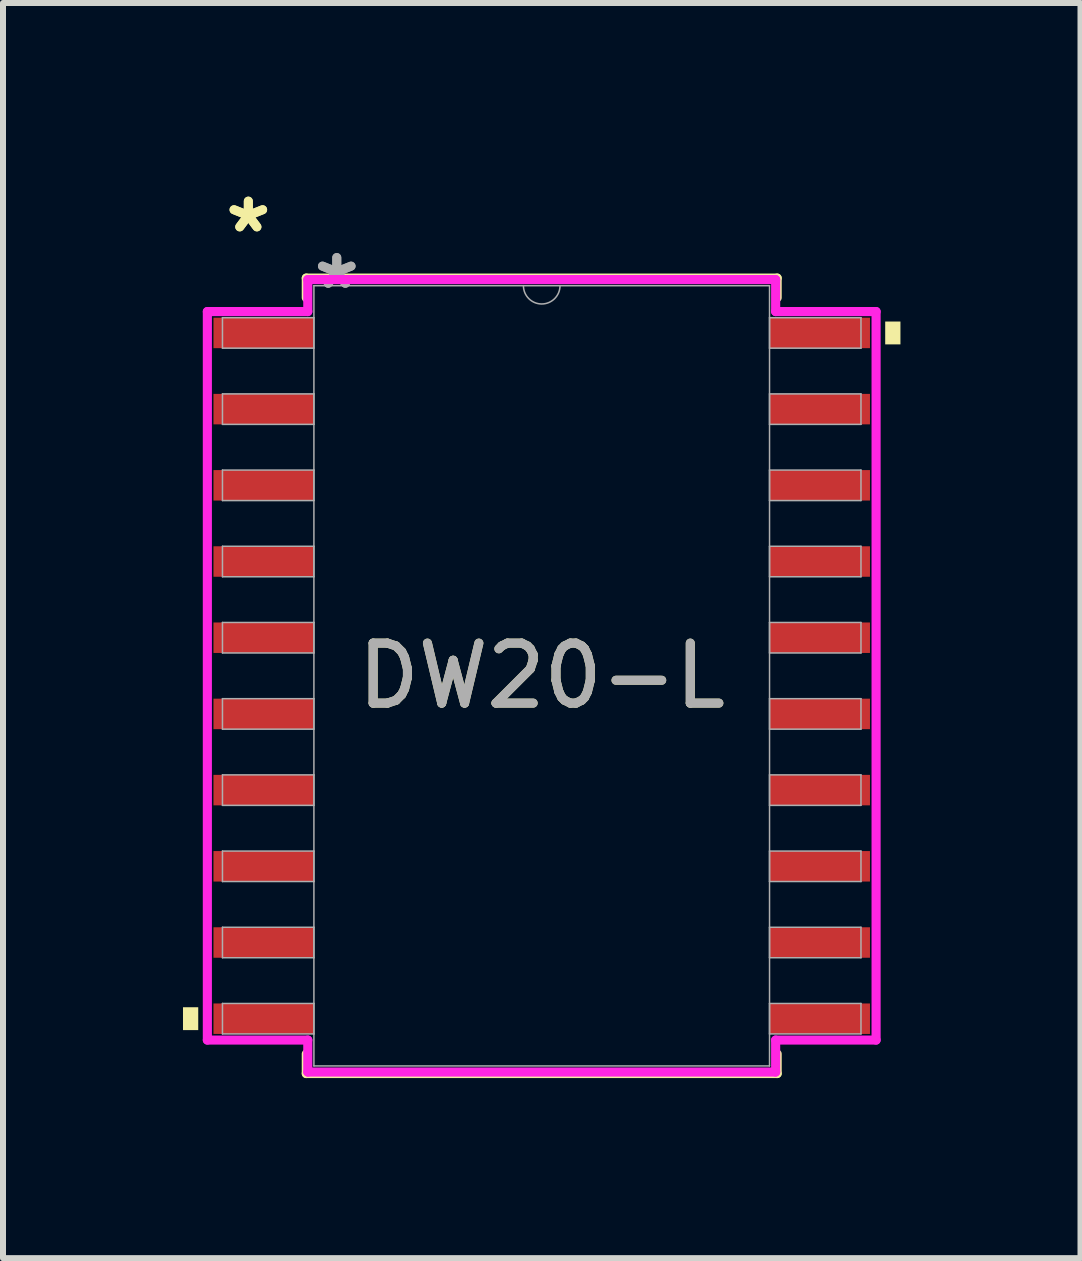
<source format=kicad_pcb>
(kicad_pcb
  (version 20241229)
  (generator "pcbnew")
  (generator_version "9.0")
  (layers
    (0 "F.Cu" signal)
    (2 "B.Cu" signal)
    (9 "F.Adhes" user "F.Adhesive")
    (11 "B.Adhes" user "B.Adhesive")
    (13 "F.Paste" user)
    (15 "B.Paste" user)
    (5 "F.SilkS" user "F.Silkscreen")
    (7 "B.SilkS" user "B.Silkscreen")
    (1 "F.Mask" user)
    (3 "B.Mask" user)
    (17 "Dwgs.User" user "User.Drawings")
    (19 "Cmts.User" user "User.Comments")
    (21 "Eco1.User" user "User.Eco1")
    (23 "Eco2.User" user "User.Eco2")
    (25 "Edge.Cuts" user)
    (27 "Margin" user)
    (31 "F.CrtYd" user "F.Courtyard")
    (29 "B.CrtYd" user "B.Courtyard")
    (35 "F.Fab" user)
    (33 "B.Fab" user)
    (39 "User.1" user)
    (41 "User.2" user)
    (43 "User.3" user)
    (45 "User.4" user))
  (footprint "DW20-L"
    (layer "F.Cu")
    (at 5.979 8.214)
    (property "Reference" "DW20-L" (at 0 0 0) (unlocked yes) (layer "F.SilkS") (effects (font (size 1 1) (thickness 0.15))))
    (attr smd)
    (fp_line (start -3.924 -6.629) (end -3.924 -6.302) (stroke (width 0.152) (type solid)) (layer "F.SilkS"))
    (fp_line (start -3.924 6.302) (end -3.924 6.629) (stroke (width 0.152) (type solid)) (layer "F.SilkS"))
    (fp_line (start -3.924 6.629) (end 3.924 6.629) (stroke (width 0.152) (type solid)) (layer "F.SilkS"))
    (fp_line (start 3.924 -6.629) (end -3.924 -6.629) (stroke (width 0.152) (type solid)) (layer "F.SilkS"))
    (fp_line (start 3.924 -6.302) (end 3.924 -6.629) (stroke (width 0.152) (type solid)) (layer "F.SilkS"))
    (fp_line (start 3.924 6.629) (end 3.924 6.302) (stroke (width 0.152) (type solid)) (layer "F.SilkS"))
    (fp_poly (pts (xy -5.979 5.524) (xy -5.979 5.905) (xy -5.725 5.905) (xy -5.725 5.524)) (stroke (width 0) (type solid)) (fill yes) (layer "F.SilkS"))
    (fp_poly (pts (xy 5.979 -5.905) (xy 5.979 -5.524) (xy 5.725 -5.524) (xy 5.725 -5.905)) (stroke (width 0) (type solid)) (fill yes) (layer "F.SilkS"))
    (fp_line (start -5.573 -6.071) (end -3.899 -6.071) (stroke (width 0.152) (type solid)) (layer "F.CrtYd"))
    (fp_line (start -5.573 6.071) (end -5.573 -6.071) (stroke (width 0.152) (type solid)) (layer "F.CrtYd"))
    (fp_line (start -5.573 6.071) (end -3.899 6.071) (stroke (width 0.152) (type solid)) (layer "F.CrtYd"))
    (fp_line (start -3.899 -6.604) (end 3.899 -6.604) (stroke (width 0.152) (type solid)) (layer "F.CrtYd"))
    (fp_line (start -3.899 -6.071) (end -3.899 -6.604) (stroke (width 0.152) (type solid)) (layer "F.CrtYd"))
    (fp_line (start -3.899 6.604) (end -3.899 6.071) (stroke (width 0.152) (type solid)) (layer "F.CrtYd"))
    (fp_line (start 3.899 -6.604) (end 3.899 -6.071) (stroke (width 0.152) (type solid)) (layer "F.CrtYd"))
    (fp_line (start 3.899 6.071) (end 3.899 6.604) (stroke (width 0.152) (type solid)) (layer "F.CrtYd"))
    (fp_line (start 3.899 6.604) (end -3.899 6.604) (stroke (width 0.152) (type solid)) (layer "F.CrtYd"))
    (fp_line (start 5.573 -6.071) (end 3.899 -6.071) (stroke (width 0.152) (type solid)) (layer "F.CrtYd"))
    (fp_line (start 5.573 -6.071) (end 5.573 6.071) (stroke (width 0.152) (type solid)) (layer "F.CrtYd"))
    (fp_line (start 5.573 6.071) (end 3.899 6.071) (stroke (width 0.152) (type solid)) (layer "F.CrtYd"))
    (fp_line (start -5.321 -5.969) (end -5.321 -5.461) (stroke (width 0.025) (type solid)) (layer "F.Fab"))
    (fp_line (start -5.321 -5.461) (end -3.797 -5.461) (stroke (width 0.025) (type solid)) (layer "F.Fab"))
    (fp_line (start -5.321 -4.699) (end -5.321 -4.191) (stroke (width 0.025) (type solid)) (layer "F.Fab"))
    (fp_line (start -5.321 -4.191) (end -3.797 -4.191) (stroke (width 0.025) (type solid)) (layer "F.Fab"))
    (fp_line (start -5.321 -3.429) (end -5.321 -2.921) (stroke (width 0.025) (type solid)) (layer "F.Fab"))
    (fp_line (start -5.321 -2.921) (end -3.797 -2.921) (stroke (width 0.025) (type solid)) (layer "F.Fab"))
    (fp_line (start -5.321 -2.159) (end -5.321 -1.651) (stroke (width 0.025) (type solid)) (layer "F.Fab"))
    (fp_line (start -5.321 -1.651) (end -3.797 -1.651) (stroke (width 0.025) (type solid)) (layer "F.Fab"))
    (fp_line (start -5.321 -0.889) (end -5.321 -0.381) (stroke (width 0.025) (type solid)) (layer "F.Fab"))
    (fp_line (start -5.321 -0.381) (end -3.797 -0.381) (stroke (width 0.025) (type solid)) (layer "F.Fab"))
    (fp_line (start -5.321 0.381) (end -5.321 0.889) (stroke (width 0.025) (type solid)) (layer "F.Fab"))
    (fp_line (start -5.321 0.889) (end -3.797 0.889) (stroke (width 0.025) (type solid)) (layer "F.Fab"))
    (fp_line (start -5.321 1.651) (end -5.321 2.159) (stroke (width 0.025) (type solid)) (layer "F.Fab"))
    (fp_line (start -5.321 2.159) (end -3.797 2.159) (stroke (width 0.025) (type solid)) (layer "F.Fab"))
    (fp_line (start -5.321 2.921) (end -5.321 3.429) (stroke (width 0.025) (type solid)) (layer "F.Fab"))
    (fp_line (start -5.321 3.429) (end -3.797 3.429) (stroke (width 0.025) (type solid)) (layer "F.Fab"))
    (fp_line (start -5.321 4.191) (end -5.321 4.699) (stroke (width 0.025) (type solid)) (layer "F.Fab"))
    (fp_line (start -5.321 4.699) (end -3.797 4.699) (stroke (width 0.025) (type solid)) (layer "F.Fab"))
    (fp_line (start -5.321 5.461) (end -5.321 5.969) (stroke (width 0.025) (type solid)) (layer "F.Fab"))
    (fp_line (start -5.321 5.969) (end -3.797 5.969) (stroke (width 0.025) (type solid)) (layer "F.Fab"))
    (fp_line (start -3.797 -6.502) (end -3.797 6.502) (stroke (width 0.025) (type solid)) (layer "F.Fab"))
    (fp_line (start -3.797 -5.969) (end -5.321 -5.969) (stroke (width 0.025) (type solid)) (layer "F.Fab"))
    (fp_line (start -3.797 -5.461) (end -3.797 -5.969) (stroke (width 0.025) (type solid)) (layer "F.Fab"))
    (fp_line (start -3.797 -4.699) (end -5.321 -4.699) (stroke (width 0.025) (type solid)) (layer "F.Fab"))
    (fp_line (start -3.797 -4.191) (end -3.797 -4.699) (stroke (width 0.025) (type solid)) (layer "F.Fab"))
    (fp_line (start -3.797 -3.429) (end -5.321 -3.429) (stroke (width 0.025) (type solid)) (layer "F.Fab"))
    (fp_line (start -3.797 -2.921) (end -3.797 -3.429) (stroke (width 0.025) (type solid)) (layer "F.Fab"))
    (fp_line (start -3.797 -2.159) (end -5.321 -2.159) (stroke (width 0.025) (type solid)) (layer "F.Fab"))
    (fp_line (start -3.797 -1.651) (end -3.797 -2.159) (stroke (width 0.025) (type solid)) (layer "F.Fab"))
    (fp_line (start -3.797 -0.889) (end -5.321 -0.889) (stroke (width 0.025) (type solid)) (layer "F.Fab"))
    (fp_line (start -3.797 -0.381) (end -3.797 -0.889) (stroke (width 0.025) (type solid)) (layer "F.Fab"))
    (fp_line (start -3.797 0.381) (end -5.321 0.381) (stroke (width 0.025) (type solid)) (layer "F.Fab"))
    (fp_line (start -3.797 0.889) (end -3.797 0.381) (stroke (width 0.025) (type solid)) (layer "F.Fab"))
    (fp_line (start -3.797 1.651) (end -5.321 1.651) (stroke (width 0.025) (type solid)) (layer "F.Fab"))
    (fp_line (start -3.797 2.159) (end -3.797 1.651) (stroke (width 0.025) (type solid)) (layer "F.Fab"))
    (fp_line (start -3.797 2.921) (end -5.321 2.921) (stroke (width 0.025) (type solid)) (layer "F.Fab"))
    (fp_line (start -3.797 3.429) (end -3.797 2.921) (stroke (width 0.025) (type solid)) (layer "F.Fab"))
    (fp_line (start -3.797 4.191) (end -5.321 4.191) (stroke (width 0.025) (type solid)) (layer "F.Fab"))
    (fp_line (start -3.797 4.699) (end -3.797 4.191) (stroke (width 0.025) (type solid)) (layer "F.Fab"))
    (fp_line (start -3.797 5.461) (end -5.321 5.461) (stroke (width 0.025) (type solid)) (layer "F.Fab"))
    (fp_line (start -3.797 5.969) (end -3.797 5.461) (stroke (width 0.025) (type solid)) (layer "F.Fab"))
    (fp_line (start -3.797 6.502) (end 3.797 6.502) (stroke (width 0.025) (type solid)) (layer "F.Fab"))
    (fp_line (start 3.797 -6.502) (end -3.797 -6.502) (stroke (width 0.025) (type solid)) (layer "F.Fab"))
    (fp_line (start 3.797 -5.969) (end 3.797 -5.461) (stroke (width 0.025) (type solid)) (layer "F.Fab"))
    (fp_line (start 3.797 -5.461) (end 5.321 -5.461) (stroke (width 0.025) (type solid)) (layer "F.Fab"))
    (fp_line (start 3.797 -4.699) (end 3.797 -4.191) (stroke (width 0.025) (type solid)) (layer "F.Fab"))
    (fp_line (start 3.797 -4.191) (end 5.321 -4.191) (stroke (width 0.025) (type solid)) (layer "F.Fab"))
    (fp_line (start 3.797 -3.429) (end 3.797 -2.921) (stroke (width 0.025) (type solid)) (layer "F.Fab"))
    (fp_line (start 3.797 -2.921) (end 5.321 -2.921) (stroke (width 0.025) (type solid)) (layer "F.Fab"))
    (fp_line (start 3.797 -2.159) (end 3.797 -1.651) (stroke (width 0.025) (type solid)) (layer "F.Fab"))
    (fp_line (start 3.797 -1.651) (end 5.321 -1.651) (stroke (width 0.025) (type solid)) (layer "F.Fab"))
    (fp_line (start 3.797 -0.889) (end 3.797 -0.381) (stroke (width 0.025) (type solid)) (layer "F.Fab"))
    (fp_line (start 3.797 -0.381) (end 5.321 -0.381) (stroke (width 0.025) (type solid)) (layer "F.Fab"))
    (fp_line (start 3.797 0.381) (end 3.797 0.889) (stroke (width 0.025) (type solid)) (layer "F.Fab"))
    (fp_line (start 3.797 0.889) (end 5.321 0.889) (stroke (width 0.025) (type solid)) (layer "F.Fab"))
    (fp_line (start 3.797 1.651) (end 3.797 2.159) (stroke (width 0.025) (type solid)) (layer "F.Fab"))
    (fp_line (start 3.797 2.159) (end 5.321 2.159) (stroke (width 0.025) (type solid)) (layer "F.Fab"))
    (fp_line (start 3.797 2.921) (end 3.797 3.429) (stroke (width 0.025) (type solid)) (layer "F.Fab"))
    (fp_line (start 3.797 3.429) (end 5.321 3.429) (stroke (width 0.025) (type solid)) (layer "F.Fab"))
    (fp_line (start 3.797 4.191) (end 3.797 4.699) (stroke (width 0.025) (type solid)) (layer "F.Fab"))
    (fp_line (start 3.797 4.699) (end 5.321 4.699) (stroke (width 0.025) (type solid)) (layer "F.Fab"))
    (fp_line (start 3.797 5.461) (end 3.797 5.969) (stroke (width 0.025) (type solid)) (layer "F.Fab"))
    (fp_line (start 3.797 5.969) (end 5.321 5.969) (stroke (width 0.025) (type solid)) (layer "F.Fab"))
    (fp_line (start 3.797 6.502) (end 3.797 -6.502) (stroke (width 0.025) (type solid)) (layer "F.Fab"))
    (fp_line (start 5.321 -5.969) (end 3.797 -5.969) (stroke (width 0.025) (type solid)) (layer "F.Fab"))
    (fp_line (start 5.321 -5.461) (end 5.321 -5.969) (stroke (width 0.025) (type solid)) (layer "F.Fab"))
    (fp_line (start 5.321 -4.699) (end 3.797 -4.699) (stroke (width 0.025) (type solid)) (layer "F.Fab"))
    (fp_line (start 5.321 -4.191) (end 5.321 -4.699) (stroke (width 0.025) (type solid)) (layer "F.Fab"))
    (fp_line (start 5.321 -3.429) (end 3.797 -3.429) (stroke (width 0.025) (type solid)) (layer "F.Fab"))
    (fp_line (start 5.321 -2.921) (end 5.321 -3.429) (stroke (width 0.025) (type solid)) (layer "F.Fab"))
    (fp_line (start 5.321 -2.159) (end 3.797 -2.159) (stroke (width 0.025) (type solid)) (layer "F.Fab"))
    (fp_line (start 5.321 -1.651) (end 5.321 -2.159) (stroke (width 0.025) (type solid)) (layer "F.Fab"))
    (fp_line (start 5.321 -0.889) (end 3.797 -0.889) (stroke (width 0.025) (type solid)) (layer "F.Fab"))
    (fp_line (start 5.321 -0.381) (end 5.321 -0.889) (stroke (width 0.025) (type solid)) (layer "F.Fab"))
    (fp_line (start 5.321 0.381) (end 3.797 0.381) (stroke (width 0.025) (type solid)) (layer "F.Fab"))
    (fp_line (start 5.321 0.889) (end 5.321 0.381) (stroke (width 0.025) (type solid)) (layer "F.Fab"))
    (fp_line (start 5.321 1.651) (end 3.797 1.651) (stroke (width 0.025) (type solid)) (layer "F.Fab"))
    (fp_line (start 5.321 2.159) (end 5.321 1.651) (stroke (width 0.025) (type solid)) (layer "F.Fab"))
    (fp_line (start 5.321 2.921) (end 3.797 2.921) (stroke (width 0.025) (type solid)) (layer "F.Fab"))
    (fp_line (start 5.321 3.429) (end 5.321 2.921) (stroke (width 0.025) (type solid)) (layer "F.Fab"))
    (fp_line (start 5.321 4.191) (end 3.797 4.191) (stroke (width 0.025) (type solid)) (layer "F.Fab"))
    (fp_line (start 5.321 4.699) (end 5.321 4.191) (stroke (width 0.025) (type solid)) (layer "F.Fab"))
    (fp_line (start 5.321 5.461) (end 3.797 5.461) (stroke (width 0.025) (type solid)) (layer "F.Fab"))
    (fp_line (start 5.321 5.969) (end 5.321 5.461) (stroke (width 0.025) (type solid)) (layer "F.Fab"))
    (fp_arc (start 0.3048 -6.5024) (mid 0 -6.1976) (end -0.3048 -6.5024) (stroke (width 0.0254) (type solid)) (layer "F.Fab"))
    (fp_text user "*" (at -4.89 -7.366 0) (layer "F.SilkS") (effects (font (size 1 1) (thickness 0.15))))
    (fp_text user "*" (at -4.89 -7.366 0) (unlocked yes) (layer "F.SilkS") (effects (font (size 1 1) (thickness 0.15))))
    (fp_text user "*" (at -3.416 -6.426 0) (layer "F.Fab") (effects (font (size 1 1) (thickness 0.15))))
    (fp_text user "${REFERENCE}" (at 0 0 0) (unlocked yes) (layer "F.Fab") (effects (font (size 1 1) (thickness 0.15))))
    (fp_text user "*" (at -3.416 -6.426 0) (unlocked yes) (layer "F.Fab") (effects (font (size 1 1) (thickness 0.15))))
    (pad "1" smd rect (at -4.636 -5.715) (size 1.67 0.508) (layers "F.Cu" "F.Mask" "F.Paste"))
    (pad "2" smd rect (at -4.636 -4.445) (size 1.67 0.508) (layers "F.Cu" "F.Mask" "F.Paste"))
    (pad "3" smd rect (at -4.636 -3.175) (size 1.67 0.508) (layers "F.Cu" "F.Mask" "F.Paste"))
    (pad "4" smd rect (at -4.636 -1.905) (size 1.67 0.508) (layers "F.Cu" "F.Mask" "F.Paste"))
    (pad "5" smd rect (at -4.636 -0.635) (size 1.67 0.508) (layers "F.Cu" "F.Mask" "F.Paste"))
    (pad "6" smd rect (at -4.636 0.635) (size 1.67 0.508) (layers "F.Cu" "F.Mask" "F.Paste"))
    (pad "7" smd rect (at -4.636 1.905) (size 1.67 0.508) (layers "F.Cu" "F.Mask" "F.Paste"))
    (pad "8" smd rect (at -4.636 3.175) (size 1.67 0.508) (layers "F.Cu" "F.Mask" "F.Paste"))
    (pad "9" smd rect (at -4.636 4.445) (size 1.67 0.508) (layers "F.Cu" "F.Mask" "F.Paste"))
    (pad "10" smd rect (at -4.636 5.715) (size 1.67 0.508) (layers "F.Cu" "F.Mask" "F.Paste"))
    (pad "11" smd rect (at 4.636 5.715) (size 1.67 0.508) (layers "F.Cu" "F.Mask" "F.Paste"))
    (pad "12" smd rect (at 4.636 4.445) (size 1.67 0.508) (layers "F.Cu" "F.Mask" "F.Paste"))
    (pad "13" smd rect (at 4.636 3.175) (size 1.67 0.508) (layers "F.Cu" "F.Mask" "F.Paste"))
    (pad "14" smd rect (at 4.636 1.905) (size 1.67 0.508) (layers "F.Cu" "F.Mask" "F.Paste"))
    (pad "15" smd rect (at 4.636 0.635) (size 1.67 0.508) (layers "F.Cu" "F.Mask" "F.Paste"))
    (pad "16" smd rect (at 4.636 -0.635) (size 1.67 0.508) (layers "F.Cu" "F.Mask" "F.Paste"))
    (pad "17" smd rect (at 4.636 -1.905) (size 1.67 0.508) (layers "F.Cu" "F.Mask" "F.Paste"))
    (pad "18" smd rect (at 4.636 -3.175) (size 1.67 0.508) (layers "F.Cu" "F.Mask" "F.Paste"))
    (pad "19" smd rect (at 4.636 -4.445) (size 1.67 0.508) (layers "F.Cu" "F.Mask" "F.Paste"))
    (pad "20" smd rect (at 4.636 -5.715) (size 1.67 0.508) (layers "F.Cu" "F.Mask" "F.Paste")))
  (gr_rect
    (start -3 -3)
    (end 14.959 17.92)
    (stroke (width 0.1) (type default))
    (fill no)
    (layer "Edge.Cuts")))
</source>
